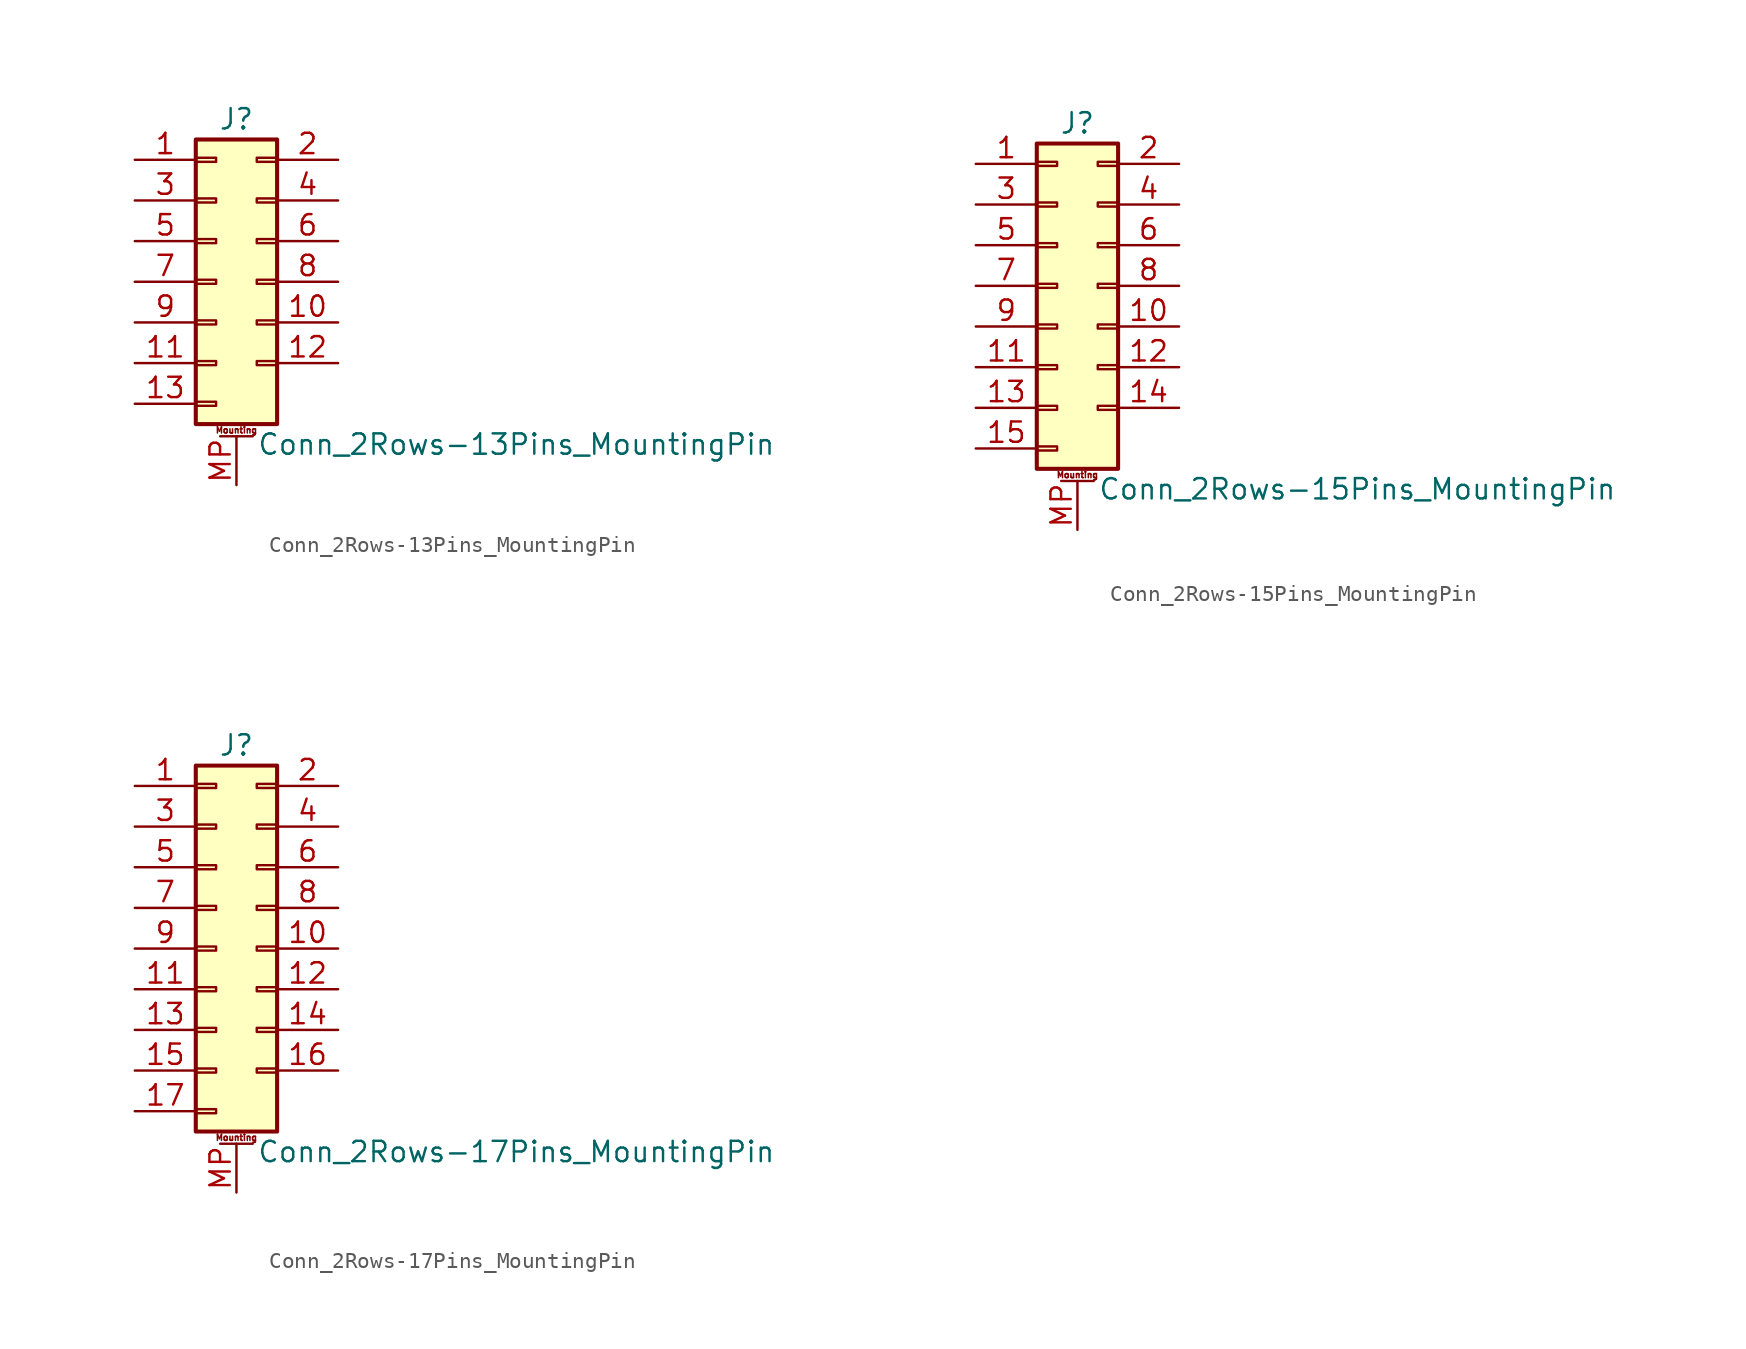
<source format=kicad_sym>
(kicad_symbol_lib
  (version 20200908)
  (generator kicad_symbol_editor)
  (symbol "Connector_Generic_MountingPin:Conn_2Rows-13Pins_MountingPin"
    (pin_names
      (offset 1.016) hide)
    (property "Reference" "J"
      (at 1.27 10.16 0)
      (effects (font (size 1.27 1.27))))
    (property "Value" "Conn_2Rows-13Pins_MountingPin"
      (at 2.54 -10.16 0)
      (effects (font (size 1.27 1.27)) (justify left)))
    (symbol "Conn_2Rows-13Pins_MountingPin_1_1"
      (text "Mounting" (at 1.27 -9.271 0) (effects (font (size 0.381 0.381))))
      (rectangle (start -1.27 -4.953) (end 0 -5.207) (stroke (width 0.152)) (fill (type none)))
      (rectangle (start -1.27 -7.493) (end 0 -7.747) (stroke (width 0.152)) (fill (type none)))
      (rectangle (start -1.27 -2.413) (end 0 -2.667) (stroke (width 0.152)) (fill (type none)))
      (rectangle (start -1.27 2.667) (end 0 2.413) (stroke (width 0.152)) (fill (type none)))
      (rectangle (start -1.27 5.207) (end 0 4.953) (stroke (width 0.152)) (fill (type none)))
      (rectangle (start -1.27 7.747) (end 0 7.493) (stroke (width 0.152)) (fill (type none)))
      (rectangle (start -1.27 8.89) (end 3.81 -8.89) (stroke (width 0.254)) (fill (type background)))
      (rectangle (start -1.27 0.127) (end 0 -0.127) (stroke (width 0.152)) (fill (type none)))
      (rectangle (start 3.81 -4.953) (end 2.54 -5.207) (stroke (width 0.152)) (fill (type none)))
      (rectangle (start 3.81 -2.413) (end 2.54 -2.667) (stroke (width 0.152)) (fill (type none)))
      (rectangle (start 3.81 2.667) (end 2.54 2.413) (stroke (width 0.152)) (fill (type none)))
      (rectangle (start 3.81 5.207) (end 2.54 4.953) (stroke (width 0.152)) (fill (type none)))
      (rectangle (start 3.81 7.747) (end 2.54 7.493) (stroke (width 0.152)) (fill (type none)))
      (rectangle (start 3.81 0.127) (end 2.54 -0.127) (stroke (width 0.152)) (fill (type none)))
      (polyline (pts (xy 0.254 -9.652) (xy 2.286 -9.652)) (stroke (width 0.152)) (fill (type none)))
      (pin passive line (at 1.27 -12.7 90) (length 3.048) (name "MountPin" (effects (font (size 1.27 1.27)))) (number "MP" (effects (font (size 1.27 1.27)))))
      (pin passive line (at -5.08 7.62 0) (length 3.81) (name "Pin_1" (effects (font (size 1.27 1.27)))) (number "1" (effects (font (size 1.27 1.27)))))
      (pin passive line (at 7.62 -2.54 180) (length 3.81) (name "Pin_10" (effects (font (size 1.27 1.27)))) (number "10" (effects (font (size 1.27 1.27)))))
      (pin passive line (at -5.08 -5.08 0) (length 3.81) (name "Pin_11" (effects (font (size 1.27 1.27)))) (number "11" (effects (font (size 1.27 1.27)))))
      (pin passive line (at 7.62 -5.08 180) (length 3.81) (name "Pin_12" (effects (font (size 1.27 1.27)))) (number "12" (effects (font (size 1.27 1.27)))))
      (pin passive line (at -5.08 -7.62 0) (length 3.81) (name "Pin_13" (effects (font (size 1.27 1.27)))) (number "13" (effects (font (size 1.27 1.27)))))
      (pin passive line (at 7.62 7.62 180) (length 3.81) (name "Pin_2" (effects (font (size 1.27 1.27)))) (number "2" (effects (font (size 1.27 1.27)))))
      (pin passive line (at -5.08 5.08 0) (length 3.81) (name "Pin_3" (effects (font (size 1.27 1.27)))) (number "3" (effects (font (size 1.27 1.27)))))
      (pin passive line (at 7.62 5.08 180) (length 3.81) (name "Pin_4" (effects (font (size 1.27 1.27)))) (number "4" (effects (font (size 1.27 1.27)))))
      (pin passive line (at -5.08 2.54 0) (length 3.81) (name "Pin_5" (effects (font (size 1.27 1.27)))) (number "5" (effects (font (size 1.27 1.27)))))
      (pin passive line (at 7.62 2.54 180) (length 3.81) (name "Pin_6" (effects (font (size 1.27 1.27)))) (number "6" (effects (font (size 1.27 1.27)))))
      (pin passive line (at -5.08 0 0) (length 3.81) (name "Pin_7" (effects (font (size 1.27 1.27)))) (number "7" (effects (font (size 1.27 1.27)))))
      (pin passive line (at 7.62 0 180) (length 3.81) (name "Pin_8" (effects (font (size 1.27 1.27)))) (number "8" (effects (font (size 1.27 1.27)))))
      (pin passive line (at -5.08 -2.54 0) (length 3.81) (name "Pin_9" (effects (font (size 1.27 1.27)))) (number "9" (effects (font (size 1.27 1.27)))))))
  (symbol "Connector_Generic_MountingPin:Conn_2Rows-15Pins_MountingPin"
    (pin_names
      (offset 1.016) hide)
    (property "Reference" "J"
      (at 1.27 10.16 0)
      (effects (font (size 1.27 1.27))))
    (property "Value" "Conn_2Rows-15Pins_MountingPin"
      (at 2.54 -12.7 0)
      (effects (font (size 1.27 1.27)) (justify left)))
    (symbol "Conn_2Rows-15Pins_MountingPin_1_1"
      (text "Mounting" (at 1.27 -11.811 0) (effects (font (size 0.381 0.381))))
      (rectangle (start -1.27 -4.953) (end 0 -5.207) (stroke (width 0.152)) (fill (type none)))
      (rectangle (start -1.27 -7.493) (end 0 -7.747) (stroke (width 0.152)) (fill (type none)))
      (rectangle (start -1.27 -10.033) (end 0 -10.287) (stroke (width 0.152)) (fill (type none)))
      (rectangle (start -1.27 -2.413) (end 0 -2.667) (stroke (width 0.152)) (fill (type none)))
      (rectangle (start -1.27 2.667) (end 0 2.413) (stroke (width 0.152)) (fill (type none)))
      (rectangle (start -1.27 5.207) (end 0 4.953) (stroke (width 0.152)) (fill (type none)))
      (rectangle (start -1.27 7.747) (end 0 7.493) (stroke (width 0.152)) (fill (type none)))
      (rectangle (start -1.27 8.89) (end 3.81 -11.43) (stroke (width 0.254)) (fill (type background)))
      (rectangle (start -1.27 0.127) (end 0 -0.127) (stroke (width 0.152)) (fill (type none)))
      (rectangle (start 3.81 -4.953) (end 2.54 -5.207) (stroke (width 0.152)) (fill (type none)))
      (rectangle (start 3.81 -7.493) (end 2.54 -7.747) (stroke (width 0.152)) (fill (type none)))
      (rectangle (start 3.81 -2.413) (end 2.54 -2.667) (stroke (width 0.152)) (fill (type none)))
      (rectangle (start 3.81 2.667) (end 2.54 2.413) (stroke (width 0.152)) (fill (type none)))
      (rectangle (start 3.81 5.207) (end 2.54 4.953) (stroke (width 0.152)) (fill (type none)))
      (rectangle (start 3.81 7.747) (end 2.54 7.493) (stroke (width 0.152)) (fill (type none)))
      (rectangle (start 3.81 0.127) (end 2.54 -0.127) (stroke (width 0.152)) (fill (type none)))
      (polyline (pts (xy 0.254 -12.192) (xy 2.286 -12.192)) (stroke (width 0.152)) (fill (type none)))
      (pin passive line (at 1.27 -15.24 90) (length 3.048) (name "MountPin" (effects (font (size 1.27 1.27)))) (number "MP" (effects (font (size 1.27 1.27)))))
      (pin passive line (at -5.08 7.62 0) (length 3.81) (name "Pin_1" (effects (font (size 1.27 1.27)))) (number "1" (effects (font (size 1.27 1.27)))))
      (pin passive line (at 7.62 -2.54 180) (length 3.81) (name "Pin_10" (effects (font (size 1.27 1.27)))) (number "10" (effects (font (size 1.27 1.27)))))
      (pin passive line (at -5.08 -5.08 0) (length 3.81) (name "Pin_11" (effects (font (size 1.27 1.27)))) (number "11" (effects (font (size 1.27 1.27)))))
      (pin passive line (at 7.62 -5.08 180) (length 3.81) (name "Pin_12" (effects (font (size 1.27 1.27)))) (number "12" (effects (font (size 1.27 1.27)))))
      (pin passive line (at -5.08 -7.62 0) (length 3.81) (name "Pin_13" (effects (font (size 1.27 1.27)))) (number "13" (effects (font (size 1.27 1.27)))))
      (pin passive line (at 7.62 -7.62 180) (length 3.81) (name "Pin_14" (effects (font (size 1.27 1.27)))) (number "14" (effects (font (size 1.27 1.27)))))
      (pin passive line (at -5.08 -10.16 0) (length 3.81) (name "Pin_15" (effects (font (size 1.27 1.27)))) (number "15" (effects (font (size 1.27 1.27)))))
      (pin passive line (at 7.62 7.62 180) (length 3.81) (name "Pin_2" (effects (font (size 1.27 1.27)))) (number "2" (effects (font (size 1.27 1.27)))))
      (pin passive line (at -5.08 5.08 0) (length 3.81) (name "Pin_3" (effects (font (size 1.27 1.27)))) (number "3" (effects (font (size 1.27 1.27)))))
      (pin passive line (at 7.62 5.08 180) (length 3.81) (name "Pin_4" (effects (font (size 1.27 1.27)))) (number "4" (effects (font (size 1.27 1.27)))))
      (pin passive line (at -5.08 2.54 0) (length 3.81) (name "Pin_5" (effects (font (size 1.27 1.27)))) (number "5" (effects (font (size 1.27 1.27)))))
      (pin passive line (at 7.62 2.54 180) (length 3.81) (name "Pin_6" (effects (font (size 1.27 1.27)))) (number "6" (effects (font (size 1.27 1.27)))))
      (pin passive line (at -5.08 0 0) (length 3.81) (name "Pin_7" (effects (font (size 1.27 1.27)))) (number "7" (effects (font (size 1.27 1.27)))))
      (pin passive line (at 7.62 0 180) (length 3.81) (name "Pin_8" (effects (font (size 1.27 1.27)))) (number "8" (effects (font (size 1.27 1.27)))))
      (pin passive line (at -5.08 -2.54 0) (length 3.81) (name "Pin_9" (effects (font (size 1.27 1.27)))) (number "9" (effects (font (size 1.27 1.27)))))))
  (symbol "Connector_Generic_MountingPin:Conn_2Rows-17Pins_MountingPin"
    (pin_names
      (offset 1.016) hide)
    (property "Reference" "J"
      (at 1.27 12.7 0)
      (effects (font (size 1.27 1.27))))
    (property "Value" "Conn_2Rows-17Pins_MountingPin"
      (at 2.54 -12.7 0)
      (effects (font (size 1.27 1.27)) (justify left)))
    (symbol "Conn_2Rows-17Pins_MountingPin_1_1"
      (text "Mounting" (at 1.27 -11.811 0) (effects (font (size 0.381 0.381))))
      (rectangle (start -1.27 -4.953) (end 0 -5.207) (stroke (width 0.152)) (fill (type none)))
      (rectangle (start -1.27 -7.493) (end 0 -7.747) (stroke (width 0.152)) (fill (type none)))
      (rectangle (start -1.27 -10.033) (end 0 -10.287) (stroke (width 0.152)) (fill (type none)))
      (rectangle (start -1.27 -2.413) (end 0 -2.667) (stroke (width 0.152)) (fill (type none)))
      (rectangle (start -1.27 2.667) (end 0 2.413) (stroke (width 0.152)) (fill (type none)))
      (rectangle (start -1.27 5.207) (end 0 4.953) (stroke (width 0.152)) (fill (type none)))
      (rectangle (start -1.27 7.747) (end 0 7.493) (stroke (width 0.152)) (fill (type none)))
      (rectangle (start -1.27 10.287) (end 0 10.033) (stroke (width 0.152)) (fill (type none)))
      (rectangle (start -1.27 11.43) (end 3.81 -11.43) (stroke (width 0.254)) (fill (type background)))
      (rectangle (start -1.27 0.127) (end 0 -0.127) (stroke (width 0.152)) (fill (type none)))
      (rectangle (start 3.81 -4.953) (end 2.54 -5.207) (stroke (width 0.152)) (fill (type none)))
      (rectangle (start 3.81 -7.493) (end 2.54 -7.747) (stroke (width 0.152)) (fill (type none)))
      (rectangle (start 3.81 -2.413) (end 2.54 -2.667) (stroke (width 0.152)) (fill (type none)))
      (rectangle (start 3.81 2.667) (end 2.54 2.413) (stroke (width 0.152)) (fill (type none)))
      (rectangle (start 3.81 5.207) (end 2.54 4.953) (stroke (width 0.152)) (fill (type none)))
      (rectangle (start 3.81 7.747) (end 2.54 7.493) (stroke (width 0.152)) (fill (type none)))
      (rectangle (start 3.81 10.287) (end 2.54 10.033) (stroke (width 0.152)) (fill (type none)))
      (rectangle (start 3.81 0.127) (end 2.54 -0.127) (stroke (width 0.152)) (fill (type none)))
      (polyline (pts (xy 0.254 -12.192) (xy 2.286 -12.192)) (stroke (width 0.152)) (fill (type none)))
      (pin passive line (at 1.27 -15.24 90) (length 3.048) (name "MountPin" (effects (font (size 1.27 1.27)))) (number "MP" (effects (font (size 1.27 1.27)))))
      (pin passive line (at -5.08 10.16 0) (length 3.81) (name "Pin_1" (effects (font (size 1.27 1.27)))) (number "1" (effects (font (size 1.27 1.27)))))
      (pin passive line (at 7.62 0 180) (length 3.81) (name "Pin_10" (effects (font (size 1.27 1.27)))) (number "10" (effects (font (size 1.27 1.27)))))
      (pin passive line (at -5.08 -2.54 0) (length 3.81) (name "Pin_11" (effects (font (size 1.27 1.27)))) (number "11" (effects (font (size 1.27 1.27)))))
      (pin passive line (at 7.62 -2.54 180) (length 3.81) (name "Pin_12" (effects (font (size 1.27 1.27)))) (number "12" (effects (font (size 1.27 1.27)))))
      (pin passive line (at -5.08 -5.08 0) (length 3.81) (name "Pin_13" (effects (font (size 1.27 1.27)))) (number "13" (effects (font (size 1.27 1.27)))))
      (pin passive line (at 7.62 -5.08 180) (length 3.81) (name "Pin_14" (effects (font (size 1.27 1.27)))) (number "14" (effects (font (size 1.27 1.27)))))
      (pin passive line (at -5.08 -7.62 0) (length 3.81) (name "Pin_15" (effects (font (size 1.27 1.27)))) (number "15" (effects (font (size 1.27 1.27)))))
      (pin passive line (at 7.62 -7.62 180) (length 3.81) (name "Pin_16" (effects (font (size 1.27 1.27)))) (number "16" (effects (font (size 1.27 1.27)))))
      (pin passive line (at -5.08 -10.16 0) (length 3.81) (name "Pin_17" (effects (font (size 1.27 1.27)))) (number "17" (effects (font (size 1.27 1.27)))))
      (pin passive line (at 7.62 10.16 180) (length 3.81) (name "Pin_2" (effects (font (size 1.27 1.27)))) (number "2" (effects (font (size 1.27 1.27)))))
      (pin passive line (at -5.08 7.62 0) (length 3.81) (name "Pin_3" (effects (font (size 1.27 1.27)))) (number "3" (effects (font (size 1.27 1.27)))))
      (pin passive line (at 7.62 7.62 180) (length 3.81) (name "Pin_4" (effects (font (size 1.27 1.27)))) (number "4" (effects (font (size 1.27 1.27)))))
      (pin passive line (at -5.08 5.08 0) (length 3.81) (name "Pin_5" (effects (font (size 1.27 1.27)))) (number "5" (effects (font (size 1.27 1.27)))))
      (pin passive line (at 7.62 5.08 180) (length 3.81) (name "Pin_6" (effects (font (size 1.27 1.27)))) (number "6" (effects (font (size 1.27 1.27)))))
      (pin passive line (at -5.08 2.54 0) (length 3.81) (name "Pin_7" (effects (font (size 1.27 1.27)))) (number "7" (effects (font (size 1.27 1.27)))))
      (pin passive line (at 7.62 2.54 180) (length 3.81) (name "Pin_8" (effects (font (size 1.27 1.27)))) (number "8" (effects (font (size 1.27 1.27)))))
      (pin passive line (at -5.08 0 0) (length 3.81) (name "Pin_9" (effects (font (size 1.27 1.27)))) (number "9" (effects (font (size 1.27 1.27))))))))
</source>
